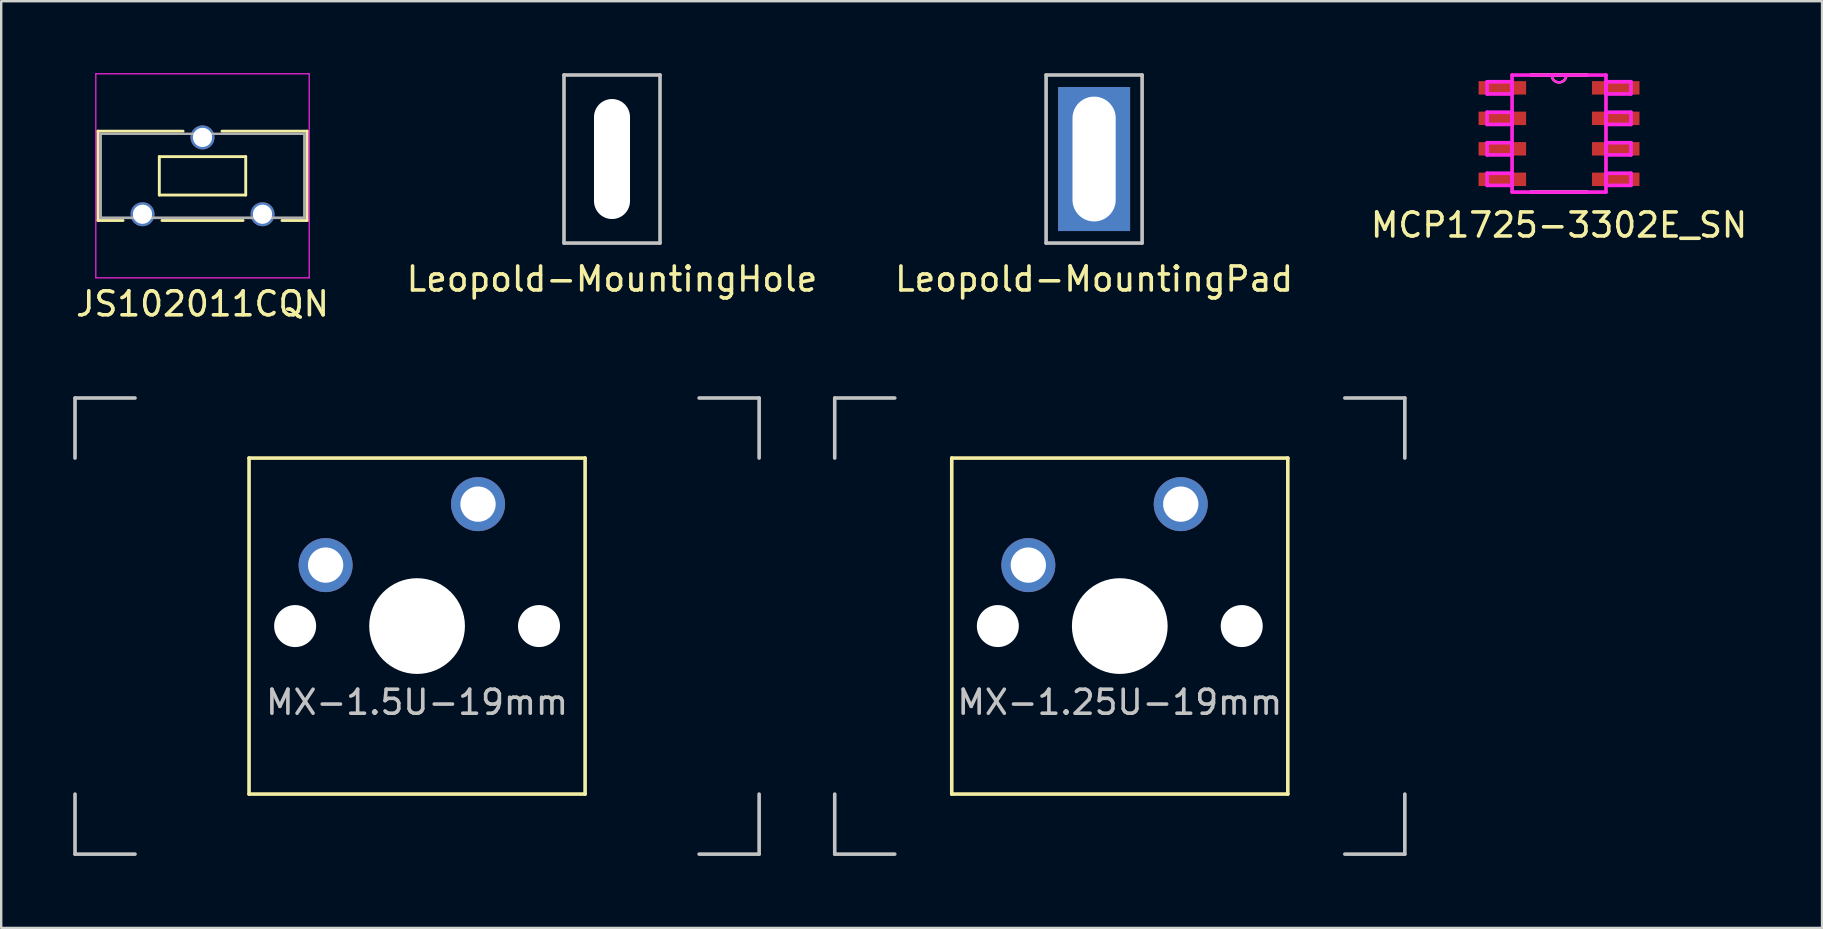
<source format=kicad_pcb>
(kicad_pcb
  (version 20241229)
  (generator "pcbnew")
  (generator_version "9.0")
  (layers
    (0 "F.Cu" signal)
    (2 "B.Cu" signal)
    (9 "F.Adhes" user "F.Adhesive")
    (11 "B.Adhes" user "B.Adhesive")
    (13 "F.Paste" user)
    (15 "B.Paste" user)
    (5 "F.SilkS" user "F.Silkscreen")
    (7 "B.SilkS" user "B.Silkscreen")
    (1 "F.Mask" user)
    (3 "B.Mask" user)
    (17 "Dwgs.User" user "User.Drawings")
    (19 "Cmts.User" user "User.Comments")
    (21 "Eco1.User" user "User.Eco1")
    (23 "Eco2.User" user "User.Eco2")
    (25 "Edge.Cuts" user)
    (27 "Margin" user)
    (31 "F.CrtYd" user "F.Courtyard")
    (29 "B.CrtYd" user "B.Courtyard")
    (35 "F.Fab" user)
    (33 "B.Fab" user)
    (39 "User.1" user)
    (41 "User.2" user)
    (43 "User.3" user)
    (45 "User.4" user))
  (footprint "MX-1.25U-19mm"
    (layer "F.Cu")
    (at 43.6 23.032)
    (property "Reference" "MX-1.25U-19mm" (at 0 3.175 0) (layer "Dwgs.User") (effects (font (size 1 1) (thickness 0.15))))
    (attr through_hole)
    (fp_line (start -7 -7) (end -7 7) (stroke (width 0.15) (type solid)) (layer "F.SilkS"))
    (fp_line (start -7 -7) (end 7 -7) (stroke (width 0.15) (type solid)) (layer "F.SilkS"))
    (fp_line (start -7 7) (end 7 7) (stroke (width 0.15) (type solid)) (layer "F.SilkS"))
    (fp_line (start 7 -7) (end 7 7) (stroke (width 0.15) (type solid)) (layer "F.SilkS"))
    (fp_line (start -11.875 -7) (end -11.875 -9.5) (stroke (width 0.15) (type solid)) (layer "Dwgs.User"))
    (fp_line (start -11.875 9.5) (end -11.875 7) (stroke (width 0.15) (type solid)) (layer "Dwgs.User"))
    (fp_line (start -9.375 -9.5) (end -11.875 -9.5) (stroke (width 0.15) (type solid)) (layer "Dwgs.User"))
    (fp_line (start -9.375 9.5) (end -11.875 9.5) (stroke (width 0.15) (type solid)) (layer "Dwgs.User"))
    (fp_line (start 11.875 -9.5) (end 9.375 -9.5) (stroke (width 0.15) (type solid)) (layer "Dwgs.User"))
    (fp_line (start 11.875 -9.5) (end 11.875 -7) (stroke (width 0.15) (type solid)) (layer "Dwgs.User"))
    (fp_line (start 11.875 9.5) (end 9.375 9.5) (stroke (width 0.15) (type solid)) (layer "Dwgs.User"))
    (fp_line (start 11.875 9.5) (end 11.875 7) (stroke (width 0.15) (type solid)) (layer "Dwgs.User"))
    (pad "" np_thru_hole circle (at -5.08 0 48.1) (size 1.75 1.75) (drill 1.75) (layers "*.Cu" "*.Mask"))
    (pad "" np_thru_hole circle (at 0 0) (size 3.988 3.988) (drill 3.988) (layers "*.Cu" "*.Mask"))
    (pad "" np_thru_hole circle (at 5.08 0 48.1) (size 1.75 1.75) (drill 1.75) (layers "*.Cu" "*.Mask"))
    (pad "1" thru_hole circle (at -3.81 -2.54) (size 2.25 2.25) (drill 1.47) (layers "*.Cu" "B.Mask"))
    (pad "2" thru_hole circle (at 2.54 -5.08) (size 2.25 2.25) (drill 1.47) (layers "*.Cu" "B.Mask")))
  (footprint "JS102011CQN"
    (layer "F.Cu")
    (at 5.387 4.275)
    (property "Reference" "JS102011CQN" (at 0 5.334 0) (layer "F.SilkS") (effects (font (size 1 1) (thickness 0.15))))
    (attr through_hole)
    (fp_line (start -4.36 -1.86) (end -4.36 1.86) (stroke (width 0.12) (type solid)) (layer "F.SilkS"))
    (fp_line (start -4.36 -1.86) (end -0.81 -1.86) (stroke (width 0.12) (type solid)) (layer "F.SilkS"))
    (fp_line (start -4.36 1.86) (end -3.31 1.86) (stroke (width 0.12) (type solid)) (layer "F.SilkS"))
    (fp_line (start -1.8 -0.8) (end 1.8 -0.8) (stroke (width 0.12) (type solid)) (layer "F.SilkS"))
    (fp_line (start -1.8 0.8) (end -1.8 -0.8) (stroke (width 0.12) (type solid)) (layer "F.SilkS"))
    (fp_line (start -1.8 0.8) (end 1.8 0.8) (stroke (width 0.12) (type solid)) (layer "F.SilkS"))
    (fp_line (start -1.69 1.86) (end 1.69 1.86) (stroke (width 0.12) (type solid)) (layer "F.SilkS"))
    (fp_line (start 0.81 -1.86) (end 4.36 -1.86) (stroke (width 0.12) (type solid)) (layer "F.SilkS"))
    (fp_line (start 1.8 -0.8) (end 1.8 0.8) (stroke (width 0.12) (type solid)) (layer "F.SilkS"))
    (fp_line (start 3.31 1.86) (end 4.36 1.86) (stroke (width 0.12) (type solid)) (layer "F.SilkS"))
    (fp_line (start 4.36 -1.86) (end 4.36 1.86) (stroke (width 0.12) (type solid)) (layer "F.SilkS"))
    (fp_line (start -4.445 -4.25) (end -4.445 4.25) (stroke (width 0.05) (type solid)) (layer "F.CrtYd"))
    (fp_line (start -4.445 -4.25) (end 4.445 -4.25) (stroke (width 0.05) (type solid)) (layer "F.CrtYd"))
    (fp_line (start -4.445 4.25) (end 4.445 4.25) (stroke (width 0.05) (type solid)) (layer "F.CrtYd"))
    (fp_line (start 4.445 -4.25) (end 4.445 4.25) (stroke (width 0.05) (type solid)) (layer "F.CrtYd"))
    (fp_line (start -4.25 -1.75) (end -4.25 1.75) (stroke (width 0.1) (type solid)) (layer "F.Fab"))
    (fp_line (start -4.25 -1.75) (end -4.25 1.75) (stroke (width 0.1) (type solid)) (layer "F.Fab"))
    (fp_line (start -4.25 -1.75) (end 4.25 -1.75) (stroke (width 0.1) (type solid)) (layer "F.Fab"))
    (fp_line (start 4.25 -1.75) (end 4.25 1.75) (stroke (width 0.1) (type solid)) (layer "F.Fab"))
    (fp_line (start 4.25 -1.75) (end 4.25 1.75) (stroke (width 0.1) (type solid)) (layer "F.Fab"))
    (fp_line (start 4.25 1.75) (end -4.25 1.75) (stroke (width 0.1) (type solid)) (layer "F.Fab"))
    (fp_line (start 4.25 1.75) (end -4.25 1.75) (stroke (width 0.1) (type solid)) (layer "F.Fab"))
    (pad "1" thru_hole circle (at -2.5 1.6) (size 1 1) (drill 0.8) (layers "*.Cu" "*.Mask"))
    (pad "2" thru_hole circle (at 0 -1.6) (size 1 1) (drill 0.8) (layers "*.Cu" "*.Mask"))
    (pad "3" thru_hole circle (at 2.5 1.6) (size 1 1) (drill 0.8) (layers "*.Cu" "*.Mask")))
  (footprint "MX-1.5U-19mm"
    (layer "F.Cu")
    (at 14.325 23.032)
    (property "Reference" "MX-1.5U-19mm" (at 0 3.175 0) (layer "Dwgs.User") (effects (font (size 1 1) (thickness 0.15))))
    (attr through_hole)
    (fp_line (start -7 -7) (end -7 7) (stroke (width 0.15) (type solid)) (layer "F.SilkS"))
    (fp_line (start -7 -7) (end 7 -7) (stroke (width 0.15) (type solid)) (layer "F.SilkS"))
    (fp_line (start -7 7) (end 7 7) (stroke (width 0.15) (type solid)) (layer "F.SilkS"))
    (fp_line (start 7 -7) (end 7 7) (stroke (width 0.15) (type solid)) (layer "F.SilkS"))
    (fp_line (start -14.25 -7) (end -14.25 -9.5) (stroke (width 0.15) (type solid)) (layer "Dwgs.User"))
    (fp_line (start -14.25 9.5) (end -14.25 7) (stroke (width 0.15) (type solid)) (layer "Dwgs.User"))
    (fp_line (start -11.75 -9.5) (end -14.25 -9.5) (stroke (width 0.15) (type solid)) (layer "Dwgs.User"))
    (fp_line (start -11.75 9.5) (end -14.25 9.5) (stroke (width 0.15) (type solid)) (layer "Dwgs.User"))
    (fp_line (start 14.25 -9.5) (end 11.75 -9.5) (stroke (width 0.15) (type solid)) (layer "Dwgs.User"))
    (fp_line (start 14.25 -9.5) (end 14.25 -7) (stroke (width 0.15) (type solid)) (layer "Dwgs.User"))
    (fp_line (start 14.25 9.5) (end 11.75 9.5) (stroke (width 0.15) (type solid)) (layer "Dwgs.User"))
    (fp_line (start 14.25 9.5) (end 14.25 7) (stroke (width 0.15) (type solid)) (layer "Dwgs.User"))
    (pad "" np_thru_hole circle (at -5.08 0 48.1) (size 1.75 1.75) (drill 1.75) (layers "*.Cu" "*.Mask"))
    (pad "" np_thru_hole circle (at 0 0) (size 3.988 3.988) (drill 3.988) (layers "*.Cu" "*.Mask"))
    (pad "" np_thru_hole circle (at 5.08 0 48.1) (size 1.75 1.75) (drill 1.75) (layers "*.Cu" "*.Mask"))
    (pad "1" thru_hole circle (at -3.81 -2.54) (size 2.25 2.25) (drill 1.47) (layers "*.Cu" "B.Mask"))
    (pad "2" thru_hole circle (at 2.54 -5.08) (size 2.25 2.25) (drill 1.47) (layers "*.Cu" "B.Mask")))
  (footprint "Leopold-MountingPad"
    (layer "F.Cu")
    (at 42.53 3.575)
    (property "Reference" "Leopold-MountingPad" (at 0 5 0) (layer "F.SilkS") (effects (font (size 1 1) (thickness 0.15))))
    (attr through_hole)
    (fp_line (start -2 -3.5) (end 2 -3.5) (stroke (width 0.15) (type solid)) (layer "Dwgs.User"))
    (fp_line (start -2 3.5) (end -2 -3.5) (stroke (width 0.15) (type solid)) (layer "Dwgs.User"))
    (fp_line (start 2 -3.5) (end 2 3.5) (stroke (width 0.15) (type solid)) (layer "Dwgs.User"))
    (fp_line (start 2 3.5) (end -2 3.5) (stroke (width 0.15) (type solid)) (layer "Dwgs.User"))
    (pad "" thru_hole rect (at 0 0) (size 3 6) (drill oval 1.8 5.2) (layers "*.Cu" "*.Mask")))
  (footprint "Leopold-MountingHole"
    (layer "F.Cu")
    (at 22.446 3.575)
    (property "Reference" "Leopold-MountingHole" (at 0 5 0) (layer "F.SilkS") (effects (font (size 1 1) (thickness 0.15))))
    (attr through_hole)
    (fp_line (start -2 -3.5) (end 2 -3.5) (stroke (width 0.15) (type solid)) (layer "Dwgs.User"))
    (fp_line (start -2 3.5) (end -2 -3.5) (stroke (width 0.15) (type solid)) (layer "Dwgs.User"))
    (fp_line (start 2 -3.5) (end 2 3.5) (stroke (width 0.15) (type solid)) (layer "Dwgs.User"))
    (fp_line (start 2 3.5) (end -2 3.5) (stroke (width 0.15) (type solid)) (layer "Dwgs.User"))
    (pad "" np_thru_hole oval (at 0 0) (size 1.5 5) (drill oval 1.5 5) (layers "*.Cu" "*.Mask")))
  (footprint "MCP1725-3302E_SN"
    (layer "F.Cu")
    (at 61.899 2.515)
    (property "Reference" "MCP1725-3302E_SN" (at 0 3.81 0) (layer "F.SilkS") (effects (font (size 1 1) (thickness 0.15))))
    (attr smd)
    (fp_line (start -1.168 2.438) (end 1.168 2.438) (stroke (width 0.152) (type solid)) (layer "F.SilkS"))
    (fp_line (start -0.305 -2.438) (end -1.168 -2.438) (stroke (width 0.152) (type solid)) (layer "F.SilkS"))
    (fp_line (start 0.305 -2.438) (end -0.305 -2.438) (stroke (width 0.152) (type solid)) (layer "F.SilkS"))
    (fp_line (start 1.168 -2.438) (end 0.305 -2.438) (stroke (width 0.152) (type solid)) (layer "F.SilkS"))
    (fp_arc (start 0.3048 -2.4384) (mid 0 -2.1336) (end -0.3048 -2.4384) (stroke (width 0.1) (type solid)) (layer "F.SilkS"))
    (fp_line (start -2.997 -2.159) (end -2.997 -1.651) (stroke (width 0.152) (type solid)) (layer "F.CrtYd"))
    (fp_line (start -2.997 -1.651) (end -1.956 -1.651) (stroke (width 0.152) (type solid)) (layer "F.CrtYd"))
    (fp_line (start -2.997 -0.889) (end -2.997 -0.381) (stroke (width 0.152) (type solid)) (layer "F.CrtYd"))
    (fp_line (start -2.997 -0.381) (end -1.956 -0.381) (stroke (width 0.152) (type solid)) (layer "F.CrtYd"))
    (fp_line (start -2.997 0.381) (end -2.997 0.889) (stroke (width 0.152) (type solid)) (layer "F.CrtYd"))
    (fp_line (start -2.997 0.889) (end -1.956 0.889) (stroke (width 0.152) (type solid)) (layer "F.CrtYd"))
    (fp_line (start -2.997 1.651) (end -2.997 2.159) (stroke (width 0.152) (type solid)) (layer "F.CrtYd"))
    (fp_line (start -2.997 2.159) (end -1.956 2.159) (stroke (width 0.152) (type solid)) (layer "F.CrtYd"))
    (fp_line (start -1.956 -2.438) (end -1.956 2.438) (stroke (width 0.152) (type solid)) (layer "F.CrtYd"))
    (fp_line (start -1.956 -2.159) (end -2.997 -2.159) (stroke (width 0.152) (type solid)) (layer "F.CrtYd"))
    (fp_line (start -1.956 -1.651) (end -1.956 -2.159) (stroke (width 0.152) (type solid)) (layer "F.CrtYd"))
    (fp_line (start -1.956 -0.889) (end -2.997 -0.889) (stroke (width 0.152) (type solid)) (layer "F.CrtYd"))
    (fp_line (start -1.956 -0.381) (end -1.956 -0.889) (stroke (width 0.152) (type solid)) (layer "F.CrtYd"))
    (fp_line (start -1.956 0.381) (end -2.997 0.381) (stroke (width 0.152) (type solid)) (layer "F.CrtYd"))
    (fp_line (start -1.956 0.889) (end -1.956 0.381) (stroke (width 0.152) (type solid)) (layer "F.CrtYd"))
    (fp_line (start -1.956 1.651) (end -2.997 1.651) (stroke (width 0.152) (type solid)) (layer "F.CrtYd"))
    (fp_line (start -1.956 2.159) (end -1.956 1.651) (stroke (width 0.152) (type solid)) (layer "F.CrtYd"))
    (fp_line (start -1.956 2.438) (end 1.956 2.438) (stroke (width 0.152) (type solid)) (layer "F.CrtYd"))
    (fp_line (start -0.305 -2.438) (end -1.956 -2.438) (stroke (width 0.152) (type solid)) (layer "F.CrtYd"))
    (fp_line (start 0.305 -2.438) (end -0.305 -2.438) (stroke (width 0.152) (type solid)) (layer "F.CrtYd"))
    (fp_line (start 1.956 -2.438) (end 0.305 -2.438) (stroke (width 0.152) (type solid)) (layer "F.CrtYd"))
    (fp_line (start 1.956 -2.159) (end 1.956 -1.651) (stroke (width 0.152) (type solid)) (layer "F.CrtYd"))
    (fp_line (start 1.956 -1.651) (end 2.997 -1.651) (stroke (width 0.152) (type solid)) (layer "F.CrtYd"))
    (fp_line (start 1.956 -0.889) (end 1.956 -0.381) (stroke (width 0.152) (type solid)) (layer "F.CrtYd"))
    (fp_line (start 1.956 -0.381) (end 2.997 -0.381) (stroke (width 0.152) (type solid)) (layer "F.CrtYd"))
    (fp_line (start 1.956 0.381) (end 1.956 0.889) (stroke (width 0.152) (type solid)) (layer "F.CrtYd"))
    (fp_line (start 1.956 0.889) (end 2.997 0.889) (stroke (width 0.152) (type solid)) (layer "F.CrtYd"))
    (fp_line (start 1.956 1.651) (end 1.956 2.159) (stroke (width 0.152) (type solid)) (layer "F.CrtYd"))
    (fp_line (start 1.956 2.159) (end 2.997 2.159) (stroke (width 0.152) (type solid)) (layer "F.CrtYd"))
    (fp_line (start 1.956 2.438) (end 1.956 -2.438) (stroke (width 0.152) (type solid)) (layer "F.CrtYd"))
    (fp_line (start 2.997 -2.159) (end 1.956 -2.159) (stroke (width 0.152) (type solid)) (layer "F.CrtYd"))
    (fp_line (start 2.997 -1.651) (end 2.997 -2.159) (stroke (width 0.152) (type solid)) (layer "F.CrtYd"))
    (fp_line (start 2.997 -0.889) (end 1.956 -0.889) (stroke (width 0.152) (type solid)) (layer "F.CrtYd"))
    (fp_line (start 2.997 -0.381) (end 2.997 -0.889) (stroke (width 0.152) (type solid)) (layer "F.CrtYd"))
    (fp_line (start 2.997 0.381) (end 1.956 0.381) (stroke (width 0.152) (type solid)) (layer "F.CrtYd"))
    (fp_line (start 2.997 0.889) (end 2.997 0.381) (stroke (width 0.152) (type solid)) (layer "F.CrtYd"))
    (fp_line (start 2.997 1.651) (end 1.956 1.651) (stroke (width 0.152) (type solid)) (layer "F.CrtYd"))
    (fp_line (start 2.997 2.159) (end 2.997 1.651) (stroke (width 0.152) (type solid)) (layer "F.CrtYd"))
    (fp_arc (start 0.3048 -2.4384) (mid 0 -2.1336) (end -0.3048 -2.4384) (stroke (width 0.1) (type solid)) (layer "F.CrtYd"))
    (pad "1" smd rect (at -2.362 -1.905) (size 1.981 0.559) (layers "F.Cu" "F.Mask" "F.Paste"))
    (pad "2" smd rect (at -2.362 -0.635) (size 1.981 0.559) (layers "F.Cu" "F.Mask" "F.Paste"))
    (pad "3" smd rect (at -2.362 0.635) (size 1.981 0.559) (layers "F.Cu" "F.Mask" "F.Paste"))
    (pad "4" smd rect (at -2.362 1.905) (size 1.981 0.559) (layers "F.Cu" "F.Mask" "F.Paste"))
    (pad "5" smd rect (at 2.362 1.905) (size 1.981 0.559) (layers "F.Cu" "F.Mask" "F.Paste"))
    (pad "6" smd rect (at 2.362 0.635) (size 1.981 0.559) (layers "F.Cu" "F.Mask" "F.Paste"))
    (pad "7" smd rect (at 2.362 -0.635) (size 1.981 0.559) (layers "F.Cu" "F.Mask" "F.Paste"))
    (pad "8" smd rect (at 2.362 -1.905) (size 1.981 0.559) (layers "F.Cu" "F.Mask" "F.Paste")))
  (gr_rect
    (start -3 -3)
    (end 72.857 35.607)
    (stroke (width 0.1) (type default))
    (fill no)
    (layer "Edge.Cuts")))
</source>
